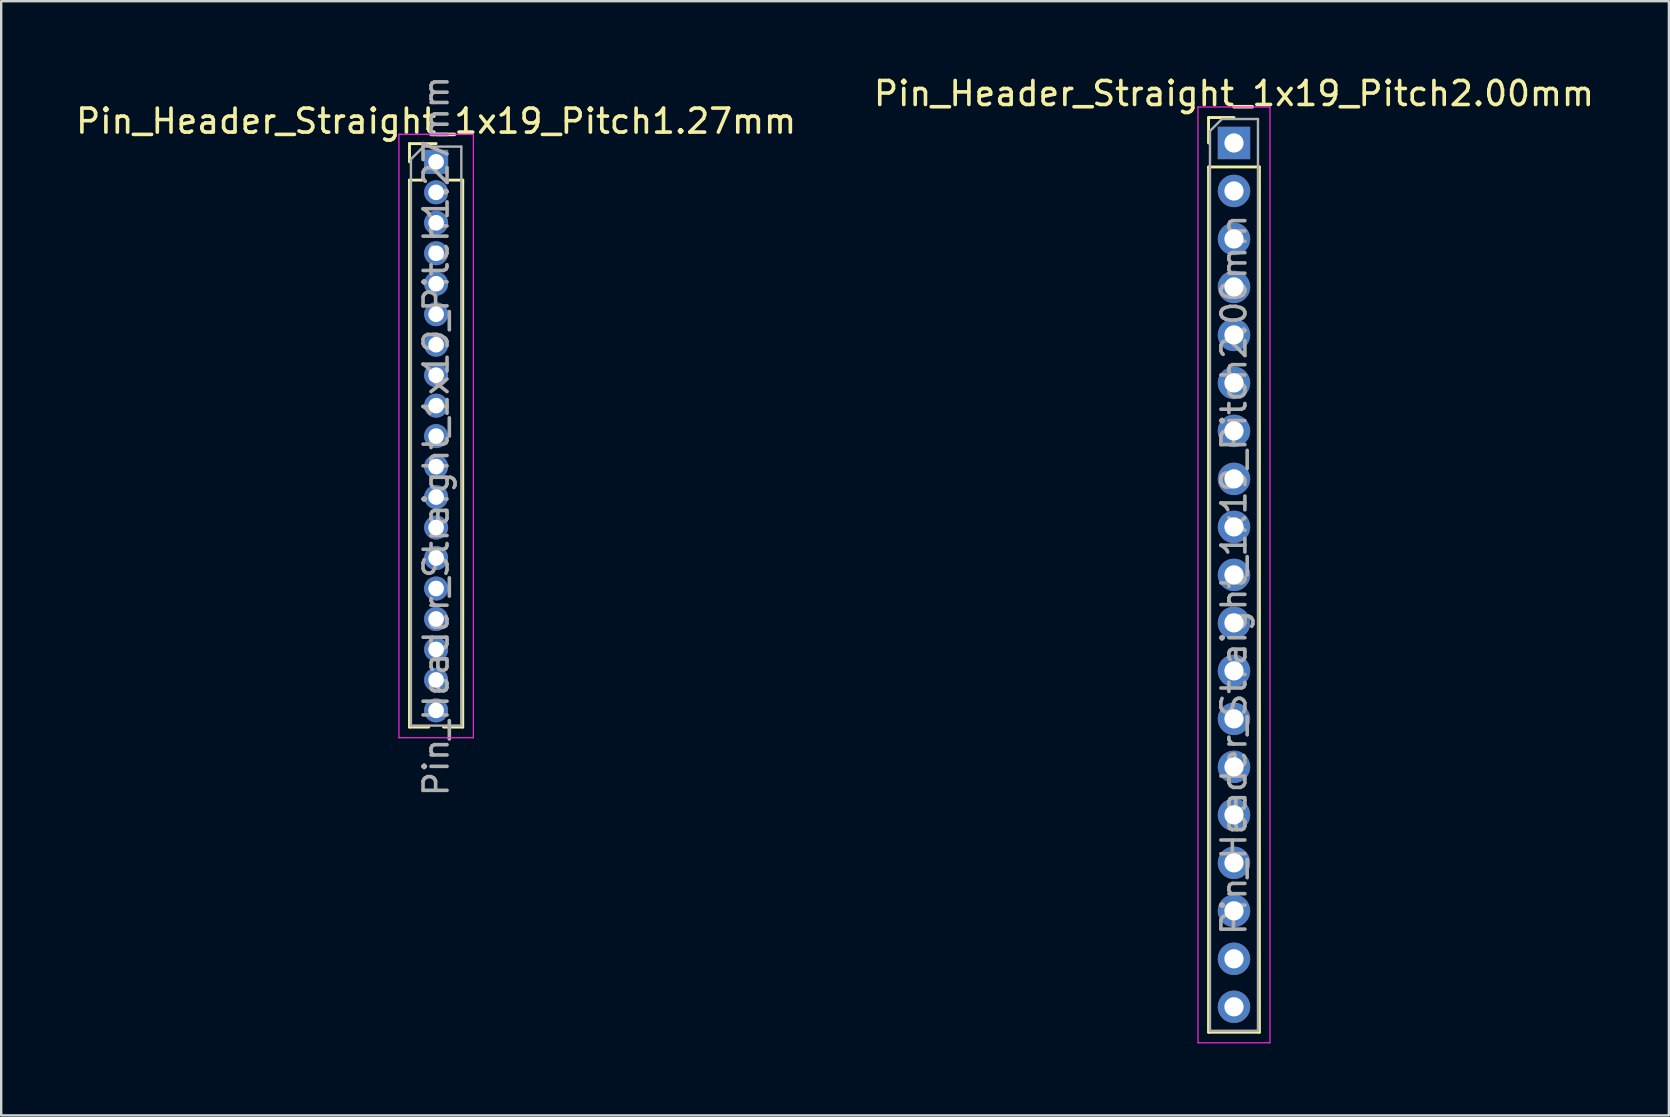
<source format=kicad_pcb>
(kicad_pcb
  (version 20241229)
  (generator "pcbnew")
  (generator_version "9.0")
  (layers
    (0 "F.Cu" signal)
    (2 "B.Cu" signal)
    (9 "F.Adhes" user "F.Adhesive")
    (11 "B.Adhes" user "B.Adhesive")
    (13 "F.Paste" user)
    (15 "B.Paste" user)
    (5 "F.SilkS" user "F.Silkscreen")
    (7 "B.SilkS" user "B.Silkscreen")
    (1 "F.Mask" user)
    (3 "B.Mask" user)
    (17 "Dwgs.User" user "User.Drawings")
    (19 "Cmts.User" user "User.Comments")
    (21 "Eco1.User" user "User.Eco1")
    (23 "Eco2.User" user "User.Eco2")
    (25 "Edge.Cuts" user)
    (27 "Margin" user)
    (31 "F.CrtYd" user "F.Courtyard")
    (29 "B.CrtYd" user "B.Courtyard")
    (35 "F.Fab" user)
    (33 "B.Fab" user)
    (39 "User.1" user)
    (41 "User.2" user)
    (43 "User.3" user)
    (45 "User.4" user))
  (footprint "Pin_Header_Straight_1x19_Pitch1.27mm"
    (layer "F.Cu")
    (at 15.125 3.695)
    (property "Reference" "Pin_Header_Straight_1x19_Pitch1.27mm" (at 0 -1.695 0) (layer "F.SilkS") (effects (font (size 1 1) (thickness 0.15))))
    (attr through_hole)
    (fp_line (start -1.11 -0.76) (end 0 -0.76) (stroke (width 0.12) (type solid)) (layer "F.SilkS"))
    (fp_line (start -1.11 0) (end -1.11 -0.76) (stroke (width 0.12) (type solid)) (layer "F.SilkS"))
    (fp_line (start -1.11 0.76) (end -1.11 23.555) (stroke (width 0.12) (type solid)) (layer "F.SilkS"))
    (fp_line (start -1.11 0.76) (end -0.563 0.76) (stroke (width 0.12) (type solid)) (layer "F.SilkS"))
    (fp_line (start -1.11 23.555) (end -0.308 23.555) (stroke (width 0.12) (type solid)) (layer "F.SilkS"))
    (fp_line (start 0.308 23.555) (end 1.11 23.555) (stroke (width 0.12) (type solid)) (layer "F.SilkS"))
    (fp_line (start 0.563 0.76) (end 1.11 0.76) (stroke (width 0.12) (type solid)) (layer "F.SilkS"))
    (fp_line (start 1.11 0.76) (end 1.11 23.555) (stroke (width 0.12) (type solid)) (layer "F.SilkS"))
    (fp_line (start -1.55 -1.15) (end -1.55 24) (stroke (width 0.05) (type solid)) (layer "F.CrtYd"))
    (fp_line (start -1.55 24) (end 1.55 24) (stroke (width 0.05) (type solid)) (layer "F.CrtYd"))
    (fp_line (start 1.55 -1.15) (end -1.55 -1.15) (stroke (width 0.05) (type solid)) (layer "F.CrtYd"))
    (fp_line (start 1.55 24) (end 1.55 -1.15) (stroke (width 0.05) (type solid)) (layer "F.CrtYd"))
    (fp_line (start -1.05 -0.11) (end -0.525 -0.635) (stroke (width 0.1) (type solid)) (layer "F.Fab"))
    (fp_line (start -1.05 23.495) (end -1.05 -0.11) (stroke (width 0.1) (type solid)) (layer "F.Fab"))
    (fp_line (start -0.525 -0.635) (end 1.05 -0.635) (stroke (width 0.1) (type solid)) (layer "F.Fab"))
    (fp_line (start 1.05 -0.635) (end 1.05 23.495) (stroke (width 0.1) (type solid)) (layer "F.Fab"))
    (fp_line (start 1.05 23.495) (end -1.05 23.495) (stroke (width 0.1) (type solid)) (layer "F.Fab"))
    (fp_text user "${REFERENCE}" (at 0 11.43 90) (layer "F.Fab") (effects (font (size 1 1) (thickness 0.15))))
    (pad "1" thru_hole rect (at 0 0) (size 1 1) (drill 0.65) (layers "*.Cu" "*.Mask"))
    (pad "2" thru_hole oval (at 0 1.27) (size 1 1) (drill 0.65) (layers "*.Cu" "*.Mask"))
    (pad "3" thru_hole oval (at 0 2.54) (size 1 1) (drill 0.65) (layers "*.Cu" "*.Mask"))
    (pad "4" thru_hole oval (at 0 3.81) (size 1 1) (drill 0.65) (layers "*.Cu" "*.Mask"))
    (pad "5" thru_hole oval (at 0 5.08) (size 1 1) (drill 0.65) (layers "*.Cu" "*.Mask"))
    (pad "6" thru_hole oval (at 0 6.35) (size 1 1) (drill 0.65) (layers "*.Cu" "*.Mask"))
    (pad "7" thru_hole oval (at 0 7.62) (size 1 1) (drill 0.65) (layers "*.Cu" "*.Mask"))
    (pad "8" thru_hole oval (at 0 8.89) (size 1 1) (drill 0.65) (layers "*.Cu" "*.Mask"))
    (pad "9" thru_hole oval (at 0 10.16) (size 1 1) (drill 0.65) (layers "*.Cu" "*.Mask"))
    (pad "10" thru_hole oval (at 0 11.43) (size 1 1) (drill 0.65) (layers "*.Cu" "*.Mask"))
    (pad "11" thru_hole oval (at 0 12.7) (size 1 1) (drill 0.65) (layers "*.Cu" "*.Mask"))
    (pad "12" thru_hole oval (at 0 13.97) (size 1 1) (drill 0.65) (layers "*.Cu" "*.Mask"))
    (pad "13" thru_hole oval (at 0 15.24) (size 1 1) (drill 0.65) (layers "*.Cu" "*.Mask"))
    (pad "14" thru_hole oval (at 0 16.51) (size 1 1) (drill 0.65) (layers "*.Cu" "*.Mask"))
    (pad "15" thru_hole oval (at 0 17.78) (size 1 1) (drill 0.65) (layers "*.Cu" "*.Mask"))
    (pad "16" thru_hole oval (at 0 19.05) (size 1 1) (drill 0.65) (layers "*.Cu" "*.Mask"))
    (pad "17" thru_hole oval (at 0 20.32) (size 1 1) (drill 0.65) (layers "*.Cu" "*.Mask"))
    (pad "18" thru_hole oval (at 0 21.59) (size 1 1) (drill 0.65) (layers "*.Cu" "*.Mask"))
    (pad "19" thru_hole oval (at 0 22.86) (size 1 1) (drill 0.65) (layers "*.Cu" "*.Mask")))
  (footprint "Pin_Header_Straight_1x19_Pitch2.00mm"
    (layer "F.Cu")
    (at 48.375 2.908)
    (property "Reference" "Pin_Header_Straight_1x19_Pitch2.00mm" (at 0 -2.06 0) (layer "F.SilkS") (effects (font (size 1 1) (thickness 0.15))))
    (attr through_hole)
    (fp_line (start -1.06 -1.06) (end 0 -1.06) (stroke (width 0.12) (type solid)) (layer "F.SilkS"))
    (fp_line (start -1.06 0) (end -1.06 -1.06) (stroke (width 0.12) (type solid)) (layer "F.SilkS"))
    (fp_line (start -1.06 1) (end -1.06 37.06) (stroke (width 0.12) (type solid)) (layer "F.SilkS"))
    (fp_line (start -1.06 1) (end 1.06 1) (stroke (width 0.12) (type solid)) (layer "F.SilkS"))
    (fp_line (start -1.06 37.06) (end 1.06 37.06) (stroke (width 0.12) (type solid)) (layer "F.SilkS"))
    (fp_line (start 1.06 1) (end 1.06 37.06) (stroke (width 0.12) (type solid)) (layer "F.SilkS"))
    (fp_line (start -1.5 -1.5) (end -1.5 37.5) (stroke (width 0.05) (type solid)) (layer "F.CrtYd"))
    (fp_line (start -1.5 37.5) (end 1.5 37.5) (stroke (width 0.05) (type solid)) (layer "F.CrtYd"))
    (fp_line (start 1.5 -1.5) (end -1.5 -1.5) (stroke (width 0.05) (type solid)) (layer "F.CrtYd"))
    (fp_line (start 1.5 37.5) (end 1.5 -1.5) (stroke (width 0.05) (type solid)) (layer "F.CrtYd"))
    (fp_line (start -1 -0.5) (end -0.5 -1) (stroke (width 0.1) (type solid)) (layer "F.Fab"))
    (fp_line (start -1 37) (end -1 -0.5) (stroke (width 0.1) (type solid)) (layer "F.Fab"))
    (fp_line (start -0.5 -1) (end 1 -1) (stroke (width 0.1) (type solid)) (layer "F.Fab"))
    (fp_line (start 1 -1) (end 1 37) (stroke (width 0.1) (type solid)) (layer "F.Fab"))
    (fp_line (start 1 37) (end -1 37) (stroke (width 0.1) (type solid)) (layer "F.Fab"))
    (fp_text user "${REFERENCE}" (at 0 18 90) (layer "F.Fab") (effects (font (size 1 1) (thickness 0.15))))
    (pad "1" thru_hole rect (at 0 0) (size 1.35 1.35) (drill 0.8) (layers "*.Cu" "*.Mask"))
    (pad "2" thru_hole oval (at 0 2) (size 1.35 1.35) (drill 0.8) (layers "*.Cu" "*.Mask"))
    (pad "3" thru_hole oval (at 0 4) (size 1.35 1.35) (drill 0.8) (layers "*.Cu" "*.Mask"))
    (pad "4" thru_hole oval (at 0 6) (size 1.35 1.35) (drill 0.8) (layers "*.Cu" "*.Mask"))
    (pad "5" thru_hole oval (at 0 8) (size 1.35 1.35) (drill 0.8) (layers "*.Cu" "*.Mask"))
    (pad "6" thru_hole oval (at 0 10) (size 1.35 1.35) (drill 0.8) (layers "*.Cu" "*.Mask"))
    (pad "7" thru_hole oval (at 0 12) (size 1.35 1.35) (drill 0.8) (layers "*.Cu" "*.Mask"))
    (pad "8" thru_hole oval (at 0 14) (size 1.35 1.35) (drill 0.8) (layers "*.Cu" "*.Mask"))
    (pad "9" thru_hole oval (at 0 16) (size 1.35 1.35) (drill 0.8) (layers "*.Cu" "*.Mask"))
    (pad "10" thru_hole oval (at 0 18) (size 1.35 1.35) (drill 0.8) (layers "*.Cu" "*.Mask"))
    (pad "11" thru_hole oval (at 0 20) (size 1.35 1.35) (drill 0.8) (layers "*.Cu" "*.Mask"))
    (pad "12" thru_hole oval (at 0 22) (size 1.35 1.35) (drill 0.8) (layers "*.Cu" "*.Mask"))
    (pad "13" thru_hole oval (at 0 24) (size 1.35 1.35) (drill 0.8) (layers "*.Cu" "*.Mask"))
    (pad "14" thru_hole oval (at 0 26) (size 1.35 1.35) (drill 0.8) (layers "*.Cu" "*.Mask"))
    (pad "15" thru_hole oval (at 0 28) (size 1.35 1.35) (drill 0.8) (layers "*.Cu" "*.Mask"))
    (pad "16" thru_hole oval (at 0 30) (size 1.35 1.35) (drill 0.8) (layers "*.Cu" "*.Mask"))
    (pad "17" thru_hole oval (at 0 32) (size 1.35 1.35) (drill 0.8) (layers "*.Cu" "*.Mask"))
    (pad "18" thru_hole oval (at 0 34) (size 1.35 1.35) (drill 0.8) (layers "*.Cu" "*.Mask"))
    (pad "19" thru_hole oval (at 0 36) (size 1.35 1.35) (drill 0.8) (layers "*.Cu" "*.Mask")))
  (gr_rect
    (start -3 -3)
    (end 66.5 43.433)
    (stroke (width 0.1) (type default))
    (fill no)
    (layer "Edge.Cuts")))
</source>
